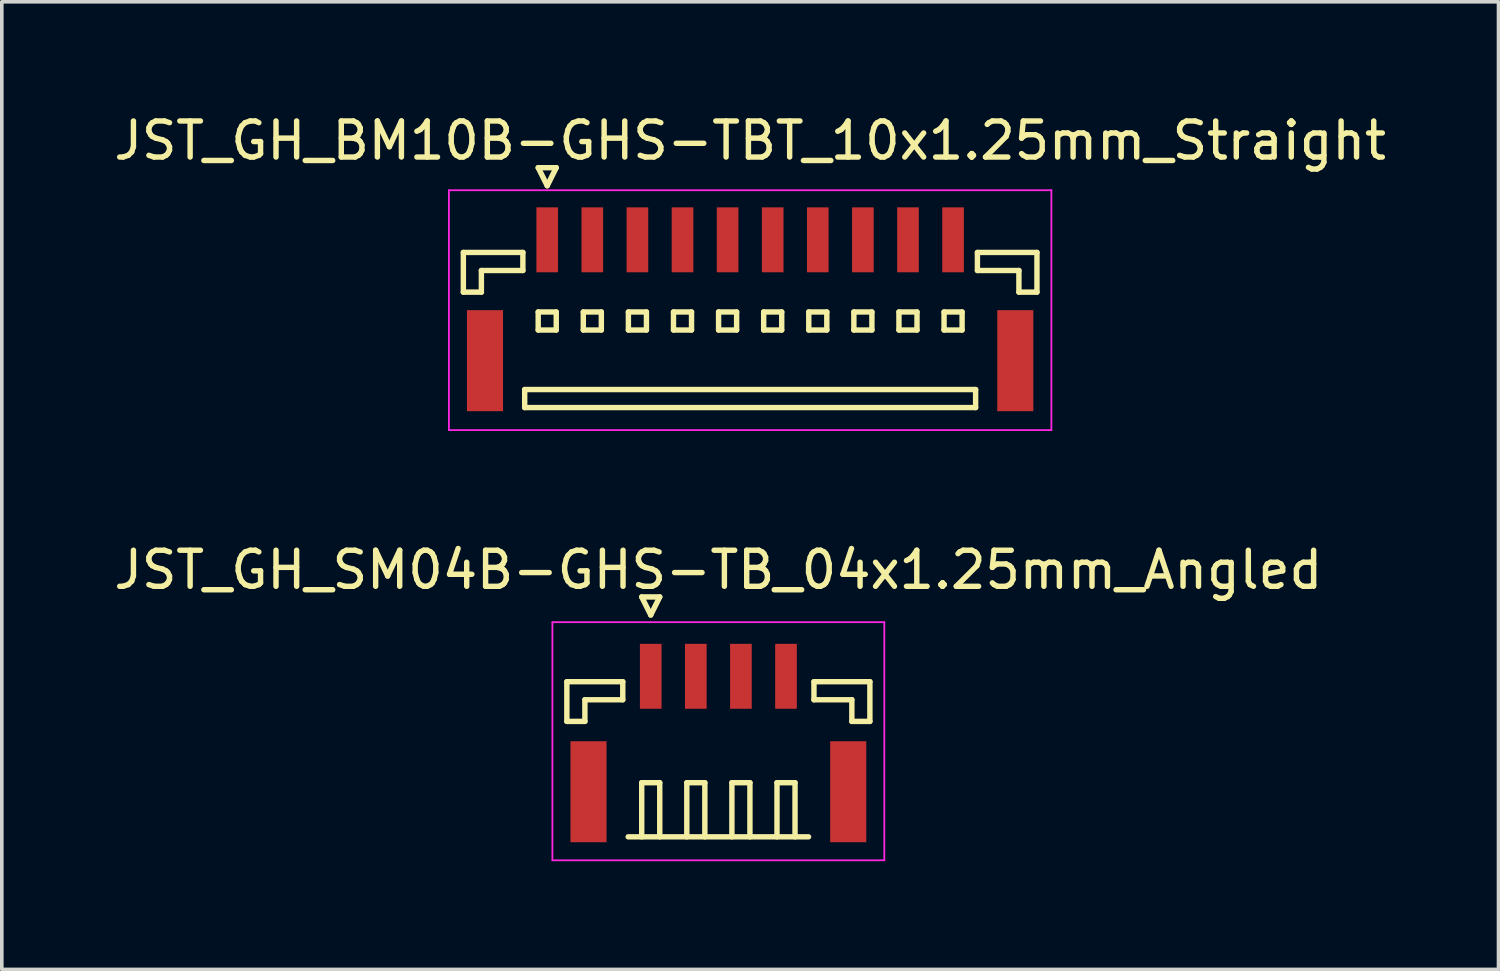
<source format=kicad_pcb>
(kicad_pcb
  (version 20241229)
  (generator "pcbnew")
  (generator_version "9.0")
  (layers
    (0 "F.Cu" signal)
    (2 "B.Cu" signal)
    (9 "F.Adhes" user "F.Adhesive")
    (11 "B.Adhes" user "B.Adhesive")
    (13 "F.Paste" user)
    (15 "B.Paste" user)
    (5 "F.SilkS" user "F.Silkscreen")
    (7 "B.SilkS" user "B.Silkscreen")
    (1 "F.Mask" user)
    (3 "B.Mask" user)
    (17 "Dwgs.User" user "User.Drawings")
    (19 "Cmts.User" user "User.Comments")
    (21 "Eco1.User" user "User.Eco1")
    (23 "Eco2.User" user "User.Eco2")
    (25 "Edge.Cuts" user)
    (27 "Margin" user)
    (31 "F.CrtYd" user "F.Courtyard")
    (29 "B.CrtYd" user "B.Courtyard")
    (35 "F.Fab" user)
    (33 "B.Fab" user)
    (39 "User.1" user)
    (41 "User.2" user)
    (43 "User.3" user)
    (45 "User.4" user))
  (footprint "JST_GH_BM10B-GHS-TBT_10x1.25mm_Straight"
    (layer "F.Cu")
    (at 17.744 5.273)
    (property "Reference" "JST_GH_BM10B-GHS-TBT_10x1.25mm_Straight" (at 0 -4.425 0) (layer "F.SilkS") (effects (font (size 1 1) (thickness 0.15))))
    (attr smd)
    (fp_line (start -7.95 -1.325) (end -6.3 -1.325) (stroke (width 0.15) (type solid)) (layer "F.SilkS"))
    (fp_line (start -7.95 -0.225) (end -7.95 -1.325) (stroke (width 0.15) (type solid)) (layer "F.SilkS"))
    (fp_line (start -7.45 -0.825) (end -7.45 -0.225) (stroke (width 0.15) (type solid)) (layer "F.SilkS"))
    (fp_line (start -7.45 -0.225) (end -7.95 -0.225) (stroke (width 0.15) (type solid)) (layer "F.SilkS"))
    (fp_line (start -6.3 -1.325) (end -6.3 -0.825) (stroke (width 0.15) (type solid)) (layer "F.SilkS"))
    (fp_line (start -6.3 -0.825) (end -7.45 -0.825) (stroke (width 0.15) (type solid)) (layer "F.SilkS"))
    (fp_line (start -6.25 2.475) (end -6.25 2.975) (stroke (width 0.15) (type solid)) (layer "F.SilkS"))
    (fp_line (start -6.25 2.975) (end 6.25 2.975) (stroke (width 0.15) (type solid)) (layer "F.SilkS"))
    (fp_line (start -5.875 -3.675) (end -5.375 -3.675) (stroke (width 0.15) (type solid)) (layer "F.SilkS"))
    (fp_line (start -5.875 0.325) (end -5.875 0.825) (stroke (width 0.15) (type solid)) (layer "F.SilkS"))
    (fp_line (start -5.875 0.825) (end -5.375 0.825) (stroke (width 0.15) (type solid)) (layer "F.SilkS"))
    (fp_line (start -5.625 -3.175) (end -5.875 -3.675) (stroke (width 0.15) (type solid)) (layer "F.SilkS"))
    (fp_line (start -5.375 -3.675) (end -5.625 -3.175) (stroke (width 0.15) (type solid)) (layer "F.SilkS"))
    (fp_line (start -5.375 0.325) (end -5.875 0.325) (stroke (width 0.15) (type solid)) (layer "F.SilkS"))
    (fp_line (start -5.375 0.825) (end -5.375 0.325) (stroke (width 0.15) (type solid)) (layer "F.SilkS"))
    (fp_line (start -4.625 0.325) (end -4.625 0.825) (stroke (width 0.15) (type solid)) (layer "F.SilkS"))
    (fp_line (start -4.625 0.825) (end -4.125 0.825) (stroke (width 0.15) (type solid)) (layer "F.SilkS"))
    (fp_line (start -4.125 0.325) (end -4.625 0.325) (stroke (width 0.15) (type solid)) (layer "F.SilkS"))
    (fp_line (start -4.125 0.825) (end -4.125 0.325) (stroke (width 0.15) (type solid)) (layer "F.SilkS"))
    (fp_line (start -3.375 0.325) (end -3.375 0.825) (stroke (width 0.15) (type solid)) (layer "F.SilkS"))
    (fp_line (start -3.375 0.825) (end -2.875 0.825) (stroke (width 0.15) (type solid)) (layer "F.SilkS"))
    (fp_line (start -2.875 0.325) (end -3.375 0.325) (stroke (width 0.15) (type solid)) (layer "F.SilkS"))
    (fp_line (start -2.875 0.825) (end -2.875 0.325) (stroke (width 0.15) (type solid)) (layer "F.SilkS"))
    (fp_line (start -2.125 0.325) (end -2.125 0.825) (stroke (width 0.15) (type solid)) (layer "F.SilkS"))
    (fp_line (start -2.125 0.825) (end -1.625 0.825) (stroke (width 0.15) (type solid)) (layer "F.SilkS"))
    (fp_line (start -1.625 0.325) (end -2.125 0.325) (stroke (width 0.15) (type solid)) (layer "F.SilkS"))
    (fp_line (start -1.625 0.825) (end -1.625 0.325) (stroke (width 0.15) (type solid)) (layer "F.SilkS"))
    (fp_line (start -0.875 0.325) (end -0.875 0.825) (stroke (width 0.15) (type solid)) (layer "F.SilkS"))
    (fp_line (start -0.875 0.825) (end -0.375 0.825) (stroke (width 0.15) (type solid)) (layer "F.SilkS"))
    (fp_line (start -0.375 0.325) (end -0.875 0.325) (stroke (width 0.15) (type solid)) (layer "F.SilkS"))
    (fp_line (start -0.375 0.825) (end -0.375 0.325) (stroke (width 0.15) (type solid)) (layer "F.SilkS"))
    (fp_line (start 0.375 0.325) (end 0.375 0.825) (stroke (width 0.15) (type solid)) (layer "F.SilkS"))
    (fp_line (start 0.375 0.825) (end 0.875 0.825) (stroke (width 0.15) (type solid)) (layer "F.SilkS"))
    (fp_line (start 0.875 0.325) (end 0.375 0.325) (stroke (width 0.15) (type solid)) (layer "F.SilkS"))
    (fp_line (start 0.875 0.825) (end 0.875 0.325) (stroke (width 0.15) (type solid)) (layer "F.SilkS"))
    (fp_line (start 1.625 0.325) (end 1.625 0.825) (stroke (width 0.15) (type solid)) (layer "F.SilkS"))
    (fp_line (start 1.625 0.825) (end 2.125 0.825) (stroke (width 0.15) (type solid)) (layer "F.SilkS"))
    (fp_line (start 2.125 0.325) (end 1.625 0.325) (stroke (width 0.15) (type solid)) (layer "F.SilkS"))
    (fp_line (start 2.125 0.825) (end 2.125 0.325) (stroke (width 0.15) (type solid)) (layer "F.SilkS"))
    (fp_line (start 2.875 0.325) (end 2.875 0.825) (stroke (width 0.15) (type solid)) (layer "F.SilkS"))
    (fp_line (start 2.875 0.825) (end 3.375 0.825) (stroke (width 0.15) (type solid)) (layer "F.SilkS"))
    (fp_line (start 3.375 0.325) (end 2.875 0.325) (stroke (width 0.15) (type solid)) (layer "F.SilkS"))
    (fp_line (start 3.375 0.825) (end 3.375 0.325) (stroke (width 0.15) (type solid)) (layer "F.SilkS"))
    (fp_line (start 4.125 0.325) (end 4.125 0.825) (stroke (width 0.15) (type solid)) (layer "F.SilkS"))
    (fp_line (start 4.125 0.825) (end 4.625 0.825) (stroke (width 0.15) (type solid)) (layer "F.SilkS"))
    (fp_line (start 4.625 0.325) (end 4.125 0.325) (stroke (width 0.15) (type solid)) (layer "F.SilkS"))
    (fp_line (start 4.625 0.825) (end 4.625 0.325) (stroke (width 0.15) (type solid)) (layer "F.SilkS"))
    (fp_line (start 5.375 0.325) (end 5.375 0.825) (stroke (width 0.15) (type solid)) (layer "F.SilkS"))
    (fp_line (start 5.375 0.825) (end 5.875 0.825) (stroke (width 0.15) (type solid)) (layer "F.SilkS"))
    (fp_line (start 5.875 0.325) (end 5.375 0.325) (stroke (width 0.15) (type solid)) (layer "F.SilkS"))
    (fp_line (start 5.875 0.825) (end 5.875 0.325) (stroke (width 0.15) (type solid)) (layer "F.SilkS"))
    (fp_line (start 6.25 2.475) (end -6.25 2.475) (stroke (width 0.15) (type solid)) (layer "F.SilkS"))
    (fp_line (start 6.25 2.975) (end 6.25 2.475) (stroke (width 0.15) (type solid)) (layer "F.SilkS"))
    (fp_line (start 6.3 -1.325) (end 6.3 -0.825) (stroke (width 0.15) (type solid)) (layer "F.SilkS"))
    (fp_line (start 6.3 -0.825) (end 7.45 -0.825) (stroke (width 0.15) (type solid)) (layer "F.SilkS"))
    (fp_line (start 7.45 -0.825) (end 7.45 -0.225) (stroke (width 0.15) (type solid)) (layer "F.SilkS"))
    (fp_line (start 7.45 -0.225) (end 7.95 -0.225) (stroke (width 0.15) (type solid)) (layer "F.SilkS"))
    (fp_line (start 7.95 -1.325) (end 6.3 -1.325) (stroke (width 0.15) (type solid)) (layer "F.SilkS"))
    (fp_line (start 7.95 -0.225) (end 7.95 -1.325) (stroke (width 0.15) (type solid)) (layer "F.SilkS"))
    (fp_line (start -8.35 -3.05) (end -8.35 3.6) (stroke (width 0.05) (type solid)) (layer "F.CrtYd"))
    (fp_line (start -8.35 3.6) (end 8.35 3.6) (stroke (width 0.05) (type solid)) (layer "F.CrtYd"))
    (fp_line (start 8.35 -3.05) (end -8.35 -3.05) (stroke (width 0.05) (type solid)) (layer "F.CrtYd"))
    (fp_line (start 8.35 3.6) (end 8.35 -3.05) (stroke (width 0.05) (type solid)) (layer "F.CrtYd"))
    (pad "" smd rect (at -7.35 1.675) (size 1 2.8) (layers "F.Cu" "F.Mask" "F.Paste"))
    (pad "" smd rect (at 7.35 1.675) (size 1 2.8) (layers "F.Cu" "F.Mask" "F.Paste"))
    (pad "1" smd rect (at -5.625 -1.675) (size 0.6 1.8) (layers "F.Cu" "F.Mask" "F.Paste"))
    (pad "2" smd rect (at -4.375 -1.675) (size 0.6 1.8) (layers "F.Cu" "F.Mask" "F.Paste"))
    (pad "3" smd rect (at -3.125 -1.675) (size 0.6 1.8) (layers "F.Cu" "F.Mask" "F.Paste"))
    (pad "4" smd rect (at -1.875 -1.675) (size 0.6 1.8) (layers "F.Cu" "F.Mask" "F.Paste"))
    (pad "5" smd rect (at -0.625 -1.675) (size 0.6 1.8) (layers "F.Cu" "F.Mask" "F.Paste"))
    (pad "6" smd rect (at 0.625 -1.675) (size 0.6 1.8) (layers "F.Cu" "F.Mask" "F.Paste"))
    (pad "7" smd rect (at 1.875 -1.675) (size 0.6 1.8) (layers "F.Cu" "F.Mask" "F.Paste"))
    (pad "8" smd rect (at 3.125 -1.675) (size 0.6 1.8) (layers "F.Cu" "F.Mask" "F.Paste"))
    (pad "9" smd rect (at 4.375 -1.675) (size 0.6 1.8) (layers "F.Cu" "F.Mask" "F.Paste"))
    (pad "10" smd rect (at 5.625 -1.675) (size 0.6 1.8) (layers "F.Cu" "F.Mask" "F.Paste")))
  (footprint "JST_GH_SM04B-GHS-TB_04x1.25mm_Angled"
    (layer "F.Cu")
    (at 16.863 17.297)
    (property "Reference" "JST_GH_SM04B-GHS-TB_04x1.25mm_Angled" (at 0 -4.55 0) (layer "F.SilkS") (effects (font (size 1 1) (thickness 0.15))))
    (attr smd)
    (fp_line (start -4.2 -1.45) (end -2.65 -1.45) (stroke (width 0.15) (type solid)) (layer "F.SilkS"))
    (fp_line (start -4.2 -0.35) (end -4.2 -1.45) (stroke (width 0.15) (type solid)) (layer "F.SilkS"))
    (fp_line (start -3.7 -0.95) (end -3.7 -0.35) (stroke (width 0.15) (type solid)) (layer "F.SilkS"))
    (fp_line (start -3.7 -0.35) (end -4.2 -0.35) (stroke (width 0.15) (type solid)) (layer "F.SilkS"))
    (fp_line (start -2.65 -1.45) (end -2.65 -0.95) (stroke (width 0.15) (type solid)) (layer "F.SilkS"))
    (fp_line (start -2.65 -0.95) (end -3.7 -0.95) (stroke (width 0.15) (type solid)) (layer "F.SilkS"))
    (fp_line (start -2.5 2.85) (end 2.5 2.85) (stroke (width 0.15) (type solid)) (layer "F.SilkS"))
    (fp_line (start -2.125 -3.8) (end -1.625 -3.8) (stroke (width 0.15) (type solid)) (layer "F.SilkS"))
    (fp_line (start -2.125 1.35) (end -1.625 1.35) (stroke (width 0.15) (type solid)) (layer "F.SilkS"))
    (fp_line (start -2.125 2.85) (end -2.125 1.35) (stroke (width 0.15) (type solid)) (layer "F.SilkS"))
    (fp_line (start -1.875 -3.3) (end -2.125 -3.8) (stroke (width 0.15) (type solid)) (layer "F.SilkS"))
    (fp_line (start -1.625 -3.8) (end -1.875 -3.3) (stroke (width 0.15) (type solid)) (layer "F.SilkS"))
    (fp_line (start -1.625 1.35) (end -1.625 2.85) (stroke (width 0.15) (type solid)) (layer "F.SilkS"))
    (fp_line (start -0.875 1.35) (end -0.375 1.35) (stroke (width 0.15) (type solid)) (layer "F.SilkS"))
    (fp_line (start -0.875 2.85) (end -0.875 1.35) (stroke (width 0.15) (type solid)) (layer "F.SilkS"))
    (fp_line (start -0.375 1.35) (end -0.375 2.85) (stroke (width 0.15) (type solid)) (layer "F.SilkS"))
    (fp_line (start 0.375 1.35) (end 0.875 1.35) (stroke (width 0.15) (type solid)) (layer "F.SilkS"))
    (fp_line (start 0.375 2.85) (end 0.375 1.35) (stroke (width 0.15) (type solid)) (layer "F.SilkS"))
    (fp_line (start 0.875 1.35) (end 0.875 2.85) (stroke (width 0.15) (type solid)) (layer "F.SilkS"))
    (fp_line (start 1.625 1.35) (end 2.125 1.35) (stroke (width 0.15) (type solid)) (layer "F.SilkS"))
    (fp_line (start 1.625 2.85) (end 1.625 1.35) (stroke (width 0.15) (type solid)) (layer "F.SilkS"))
    (fp_line (start 2.125 1.35) (end 2.125 2.85) (stroke (width 0.15) (type solid)) (layer "F.SilkS"))
    (fp_line (start 2.65 -1.45) (end 2.65 -0.95) (stroke (width 0.15) (type solid)) (layer "F.SilkS"))
    (fp_line (start 2.65 -0.95) (end 3.7 -0.95) (stroke (width 0.15) (type solid)) (layer "F.SilkS"))
    (fp_line (start 3.7 -0.95) (end 3.7 -0.35) (stroke (width 0.15) (type solid)) (layer "F.SilkS"))
    (fp_line (start 3.7 -0.35) (end 4.2 -0.35) (stroke (width 0.15) (type solid)) (layer "F.SilkS"))
    (fp_line (start 4.2 -1.45) (end 2.65 -1.45) (stroke (width 0.15) (type solid)) (layer "F.SilkS"))
    (fp_line (start 4.2 -0.35) (end 4.2 -1.45) (stroke (width 0.15) (type solid)) (layer "F.SilkS"))
    (fp_line (start -4.6 -3.1) (end -4.6 3.5) (stroke (width 0.05) (type solid)) (layer "F.CrtYd"))
    (fp_line (start -4.6 3.5) (end 4.6 3.5) (stroke (width 0.05) (type solid)) (layer "F.CrtYd"))
    (fp_line (start 4.6 -3.1) (end -4.6 -3.1) (stroke (width 0.05) (type solid)) (layer "F.CrtYd"))
    (fp_line (start 4.6 3.5) (end 4.6 -3.1) (stroke (width 0.05) (type solid)) (layer "F.CrtYd"))
    (pad "" smd rect (at -3.6 1.6) (size 1 2.8) (layers "F.Cu" "F.Mask" "F.Paste"))
    (pad "" smd rect (at 3.6 1.6) (size 1 2.8) (layers "F.Cu" "F.Mask" "F.Paste"))
    (pad "1" smd rect (at -1.875 -1.6) (size 0.6 1.8) (layers "F.Cu" "F.Mask" "F.Paste"))
    (pad "2" smd rect (at -0.625 -1.6) (size 0.6 1.8) (layers "F.Cu" "F.Mask" "F.Paste"))
    (pad "3" smd rect (at 0.625 -1.6) (size 0.6 1.8) (layers "F.Cu" "F.Mask" "F.Paste"))
    (pad "4" smd rect (at 1.875 -1.6) (size 0.6 1.8) (layers "F.Cu" "F.Mask" "F.Paste")))
  (gr_rect
    (start -3 -3)
    (end 38.488 23.822)
    (stroke (width 0.1) (type default))
    (fill no)
    (layer "Edge.Cuts")))
</source>
